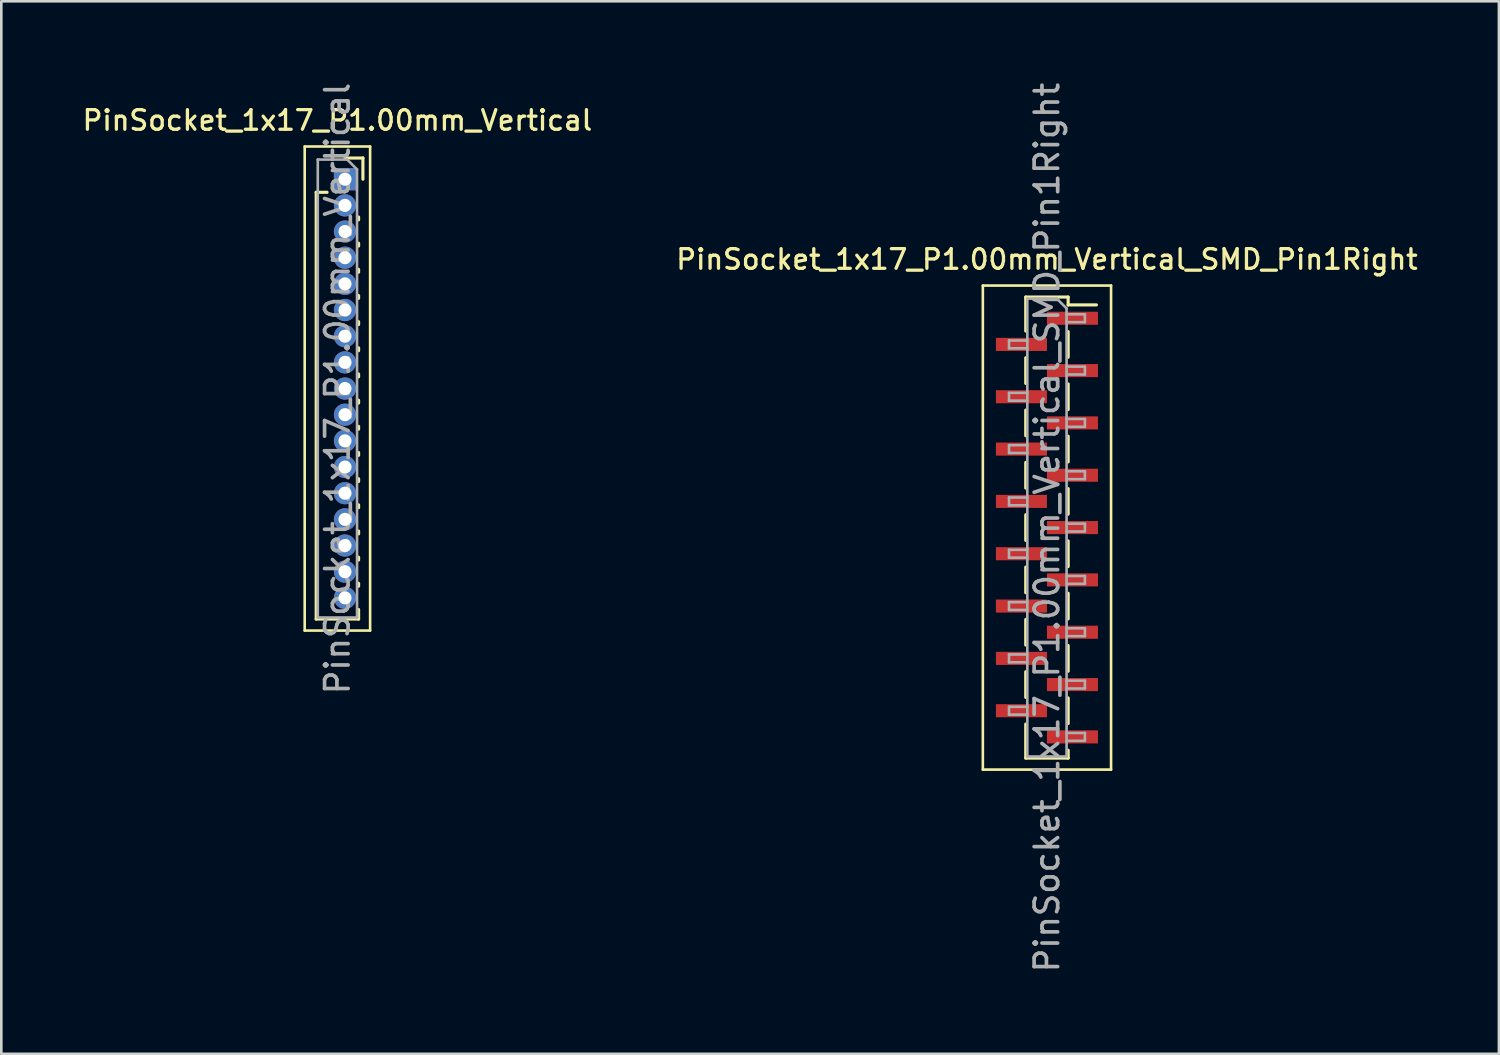
<source format=kicad_pcb>
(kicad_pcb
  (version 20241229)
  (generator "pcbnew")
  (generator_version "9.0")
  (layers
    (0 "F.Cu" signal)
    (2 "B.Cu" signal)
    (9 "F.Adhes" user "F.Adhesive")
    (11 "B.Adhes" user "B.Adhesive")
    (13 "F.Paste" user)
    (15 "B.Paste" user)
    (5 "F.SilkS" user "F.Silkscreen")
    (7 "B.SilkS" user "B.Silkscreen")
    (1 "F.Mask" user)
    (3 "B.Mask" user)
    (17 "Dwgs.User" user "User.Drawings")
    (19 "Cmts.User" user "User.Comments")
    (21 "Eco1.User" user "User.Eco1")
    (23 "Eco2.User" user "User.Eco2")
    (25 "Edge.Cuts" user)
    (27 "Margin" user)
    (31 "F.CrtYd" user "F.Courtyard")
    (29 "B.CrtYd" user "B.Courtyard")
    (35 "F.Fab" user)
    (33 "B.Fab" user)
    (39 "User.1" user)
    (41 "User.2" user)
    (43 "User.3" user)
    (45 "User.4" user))
  (footprint "PinSocket_1x17_P1.00mm_Vertical"
    (layer "F.Cu")
    (at 10.135 3.799)
    (property "Reference" "PinSocket_1x17_P1.00mm_Vertical" (at -0.29 -2.25 0) (layer "F.SilkS") (effects (font (size 0.75 0.75) (thickness 0.125))))
    (attr through_hole)
    (fp_line (start -1.54 -1.25) (end 0.96 -1.25) (stroke (width 0.1) (type solid)) (layer "F.SilkS"))
    (fp_line (start -1.54 17.25) (end -1.54 -1.25) (stroke (width 0.1) (type solid)) (layer "F.SilkS"))
    (fp_line (start -1.1 0.5) (end -1.1 16.81) (stroke (width 0.12) (type solid)) (layer "F.SilkS"))
    (fp_line (start -1.1 0.5) (end -0.685 0.5) (stroke (width 0.12) (type solid)) (layer "F.SilkS"))
    (fp_line (start -1.1 16.81) (end 0.52 16.81) (stroke (width 0.12) (type solid)) (layer "F.SilkS"))
    (fp_line (start 0 -0.81) (end 0.685 -0.81) (stroke (width 0.12) (type solid)) (layer "F.SilkS"))
    (fp_line (start 0.52 1.446) (end 0.52 1.554) (stroke (width 0.12) (type solid)) (layer "F.SilkS"))
    (fp_line (start 0.52 2.446) (end 0.52 2.554) (stroke (width 0.12) (type solid)) (layer "F.SilkS"))
    (fp_line (start 0.52 3.446) (end 0.52 3.554) (stroke (width 0.12) (type solid)) (layer "F.SilkS"))
    (fp_line (start 0.52 4.446) (end 0.52 4.554) (stroke (width 0.12) (type solid)) (layer "F.SilkS"))
    (fp_line (start 0.52 5.446) (end 0.52 5.554) (stroke (width 0.12) (type solid)) (layer "F.SilkS"))
    (fp_line (start 0.52 6.446) (end 0.52 6.554) (stroke (width 0.12) (type solid)) (layer "F.SilkS"))
    (fp_line (start 0.52 7.446) (end 0.52 7.554) (stroke (width 0.12) (type solid)) (layer "F.SilkS"))
    (fp_line (start 0.52 8.446) (end 0.52 8.554) (stroke (width 0.12) (type solid)) (layer "F.SilkS"))
    (fp_line (start 0.52 9.446) (end 0.52 9.554) (stroke (width 0.12) (type solid)) (layer "F.SilkS"))
    (fp_line (start 0.52 10.446) (end 0.52 10.554) (stroke (width 0.12) (type solid)) (layer "F.SilkS"))
    (fp_line (start 0.52 11.446) (end 0.52 11.554) (stroke (width 0.12) (type solid)) (layer "F.SilkS"))
    (fp_line (start 0.52 12.446) (end 0.52 12.554) (stroke (width 0.12) (type solid)) (layer "F.SilkS"))
    (fp_line (start 0.52 13.446) (end 0.52 13.554) (stroke (width 0.12) (type solid)) (layer "F.SilkS"))
    (fp_line (start 0.52 14.446) (end 0.52 14.554) (stroke (width 0.12) (type solid)) (layer "F.SilkS"))
    (fp_line (start 0.52 15.446) (end 0.52 15.554) (stroke (width 0.12) (type solid)) (layer "F.SilkS"))
    (fp_line (start 0.52 16.446) (end 0.52 16.81) (stroke (width 0.12) (type solid)) (layer "F.SilkS"))
    (fp_line (start 0.685 -0.81) (end 0.685 0) (stroke (width 0.12) (type solid)) (layer "F.SilkS"))
    (fp_line (start 0.96 -1.25) (end 0.96 17.25) (stroke (width 0.1) (type solid)) (layer "F.SilkS"))
    (fp_line (start 0.96 17.25) (end -1.54 17.25) (stroke (width 0.1) (type solid)) (layer "F.SilkS"))
    (fp_line (start -1.04 -0.75) (end 0.085 -0.75) (stroke (width 0.1) (type solid)) (layer "F.Fab"))
    (fp_line (start -1.04 16.75) (end -1.04 -0.75) (stroke (width 0.1) (type solid)) (layer "F.Fab"))
    (fp_line (start 0.085 -0.75) (end 0.46 -0.375) (stroke (width 0.1) (type solid)) (layer "F.Fab"))
    (fp_line (start 0.46 -0.375) (end 0.46 16.75) (stroke (width 0.1) (type solid)) (layer "F.Fab"))
    (fp_line (start 0.46 16.75) (end -1.04 16.75) (stroke (width 0.1) (type solid)) (layer "F.Fab"))
    (fp_text user "${REFERENCE}" (at -0.29 8 90) (layer "F.Fab") (effects (font (size 0.9 0.9) (thickness 0.14))))
    (pad "1" thru_hole rect (at 0 0) (size 0.85 0.85) (drill 0.5) (layers "*.Cu" "*.Mask"))
    (pad "2" thru_hole oval (at 0 1) (size 0.85 0.85) (drill 0.5) (layers "*.Cu" "*.Mask"))
    (pad "3" thru_hole oval (at 0 2) (size 0.85 0.85) (drill 0.5) (layers "*.Cu" "*.Mask"))
    (pad "4" thru_hole oval (at 0 3) (size 0.85 0.85) (drill 0.5) (layers "*.Cu" "*.Mask"))
    (pad "5" thru_hole oval (at 0 4) (size 0.85 0.85) (drill 0.5) (layers "*.Cu" "*.Mask"))
    (pad "6" thru_hole oval (at 0 5) (size 0.85 0.85) (drill 0.5) (layers "*.Cu" "*.Mask"))
    (pad "7" thru_hole oval (at 0 6) (size 0.85 0.85) (drill 0.5) (layers "*.Cu" "*.Mask"))
    (pad "8" thru_hole oval (at 0 7) (size 0.85 0.85) (drill 0.5) (layers "*.Cu" "*.Mask"))
    (pad "9" thru_hole oval (at 0 8) (size 0.85 0.85) (drill 0.5) (layers "*.Cu" "*.Mask"))
    (pad "10" thru_hole oval (at 0 9) (size 0.85 0.85) (drill 0.5) (layers "*.Cu" "*.Mask"))
    (pad "11" thru_hole oval (at 0 10) (size 0.85 0.85) (drill 0.5) (layers "*.Cu" "*.Mask"))
    (pad "12" thru_hole oval (at 0 11) (size 0.85 0.85) (drill 0.5) (layers "*.Cu" "*.Mask"))
    (pad "13" thru_hole oval (at 0 12) (size 0.85 0.85) (drill 0.5) (layers "*.Cu" "*.Mask"))
    (pad "14" thru_hole oval (at 0 13) (size 0.85 0.85) (drill 0.5) (layers "*.Cu" "*.Mask"))
    (pad "15" thru_hole oval (at 0 14) (size 0.85 0.85) (drill 0.5) (layers "*.Cu" "*.Mask"))
    (pad "16" thru_hole oval (at 0 15) (size 0.85 0.85) (drill 0.5) (layers "*.Cu" "*.Mask"))
    (pad "17" thru_hole oval (at 0 16) (size 0.85 0.85) (drill 0.5) (layers "*.Cu" "*.Mask")))
  (footprint "PinSocket_1x17_P1.00mm_Vertical_SMD_Pin1Right"
    (layer "F.Cu")
    (at 36.963 17.113)
    (property "Reference" "PinSocket_1x17_P1.00mm_Vertical_SMD_Pin1Right" (at 0 -10.25 0) (layer "F.SilkS") (effects (font (size 0.75 0.75) (thickness 0.125))))
    (attr smd)
    (fp_line (start -2.45 -9.25) (end 2.45 -9.25) (stroke (width 0.1) (type solid)) (layer "F.SilkS"))
    (fp_line (start -2.45 9.25) (end -2.45 -9.25) (stroke (width 0.1) (type solid)) (layer "F.SilkS"))
    (fp_line (start -0.81 -8.81) (end -0.81 -7.51) (stroke (width 0.12) (type solid)) (layer "F.SilkS"))
    (fp_line (start -0.81 -8.81) (end 0.81 -8.81) (stroke (width 0.12) (type solid)) (layer "F.SilkS"))
    (fp_line (start -0.81 -6.49) (end -0.81 -5.51) (stroke (width 0.12) (type solid)) (layer "F.SilkS"))
    (fp_line (start -0.81 -4.49) (end -0.81 -3.51) (stroke (width 0.12) (type solid)) (layer "F.SilkS"))
    (fp_line (start -0.81 -2.49) (end -0.81 -1.51) (stroke (width 0.12) (type solid)) (layer "F.SilkS"))
    (fp_line (start -0.81 -0.49) (end -0.81 0.49) (stroke (width 0.12) (type solid)) (layer "F.SilkS"))
    (fp_line (start -0.81 1.51) (end -0.81 2.49) (stroke (width 0.12) (type solid)) (layer "F.SilkS"))
    (fp_line (start -0.81 3.51) (end -0.81 4.49) (stroke (width 0.12) (type solid)) (layer "F.SilkS"))
    (fp_line (start -0.81 5.51) (end -0.81 6.49) (stroke (width 0.12) (type solid)) (layer "F.SilkS"))
    (fp_line (start -0.81 7.51) (end -0.81 8.81) (stroke (width 0.12) (type solid)) (layer "F.SilkS"))
    (fp_line (start -0.81 8.81) (end 0.81 8.81) (stroke (width 0.12) (type solid)) (layer "F.SilkS"))
    (fp_line (start 0.81 -8.81) (end 0.81 -8.51) (stroke (width 0.12) (type solid)) (layer "F.SilkS"))
    (fp_line (start 0.81 -8.51) (end 1.89 -8.51) (stroke (width 0.12) (type solid)) (layer "F.SilkS"))
    (fp_line (start 0.81 -7.49) (end 0.81 -6.51) (stroke (width 0.12) (type solid)) (layer "F.SilkS"))
    (fp_line (start 0.81 -5.49) (end 0.81 -4.51) (stroke (width 0.12) (type solid)) (layer "F.SilkS"))
    (fp_line (start 0.81 -3.49) (end 0.81 -2.51) (stroke (width 0.12) (type solid)) (layer "F.SilkS"))
    (fp_line (start 0.81 -1.49) (end 0.81 -0.51) (stroke (width 0.12) (type solid)) (layer "F.SilkS"))
    (fp_line (start 0.81 0.51) (end 0.81 1.49) (stroke (width 0.12) (type solid)) (layer "F.SilkS"))
    (fp_line (start 0.81 2.51) (end 0.81 3.49) (stroke (width 0.12) (type solid)) (layer "F.SilkS"))
    (fp_line (start 0.81 4.51) (end 0.81 5.49) (stroke (width 0.12) (type solid)) (layer "F.SilkS"))
    (fp_line (start 0.81 6.51) (end 0.81 7.49) (stroke (width 0.12) (type solid)) (layer "F.SilkS"))
    (fp_line (start 0.81 8.51) (end 0.81 8.81) (stroke (width 0.12) (type solid)) (layer "F.SilkS"))
    (fp_line (start 2.45 -9.25) (end 2.45 9.25) (stroke (width 0.1) (type solid)) (layer "F.SilkS"))
    (fp_line (start 2.45 9.25) (end -2.45 9.25) (stroke (width 0.1) (type solid)) (layer "F.SilkS"))
    (fp_line (start -1.45 -7.15) (end -0.75 -7.15) (stroke (width 0.1) (type solid)) (layer "F.Fab"))
    (fp_line (start -1.45 -6.85) (end -1.45 -7.15) (stroke (width 0.1) (type solid)) (layer "F.Fab"))
    (fp_line (start -1.45 -5.15) (end -0.75 -5.15) (stroke (width 0.1) (type solid)) (layer "F.Fab"))
    (fp_line (start -1.45 -4.85) (end -1.45 -5.15) (stroke (width 0.1) (type solid)) (layer "F.Fab"))
    (fp_line (start -1.45 -3.15) (end -0.75 -3.15) (stroke (width 0.1) (type solid)) (layer "F.Fab"))
    (fp_line (start -1.45 -2.85) (end -1.45 -3.15) (stroke (width 0.1) (type solid)) (layer "F.Fab"))
    (fp_line (start -1.45 -1.15) (end -0.75 -1.15) (stroke (width 0.1) (type solid)) (layer "F.Fab"))
    (fp_line (start -1.45 -0.85) (end -1.45 -1.15) (stroke (width 0.1) (type solid)) (layer "F.Fab"))
    (fp_line (start -1.45 0.85) (end -0.75 0.85) (stroke (width 0.1) (type solid)) (layer "F.Fab"))
    (fp_line (start -1.45 1.15) (end -1.45 0.85) (stroke (width 0.1) (type solid)) (layer "F.Fab"))
    (fp_line (start -1.45 2.85) (end -0.75 2.85) (stroke (width 0.1) (type solid)) (layer "F.Fab"))
    (fp_line (start -1.45 3.15) (end -1.45 2.85) (stroke (width 0.1) (type solid)) (layer "F.Fab"))
    (fp_line (start -1.45 4.85) (end -0.75 4.85) (stroke (width 0.1) (type solid)) (layer "F.Fab"))
    (fp_line (start -1.45 5.15) (end -1.45 4.85) (stroke (width 0.1) (type solid)) (layer "F.Fab"))
    (fp_line (start -1.45 6.85) (end -0.75 6.85) (stroke (width 0.1) (type solid)) (layer "F.Fab"))
    (fp_line (start -1.45 7.15) (end -1.45 6.85) (stroke (width 0.1) (type solid)) (layer "F.Fab"))
    (fp_line (start -0.75 -8.75) (end 0.375 -8.75) (stroke (width 0.1) (type solid)) (layer "F.Fab"))
    (fp_line (start -0.75 -6.85) (end -1.45 -6.85) (stroke (width 0.1) (type solid)) (layer "F.Fab"))
    (fp_line (start -0.75 -4.85) (end -1.45 -4.85) (stroke (width 0.1) (type solid)) (layer "F.Fab"))
    (fp_line (start -0.75 -2.85) (end -1.45 -2.85) (stroke (width 0.1) (type solid)) (layer "F.Fab"))
    (fp_line (start -0.75 -0.85) (end -1.45 -0.85) (stroke (width 0.1) (type solid)) (layer "F.Fab"))
    (fp_line (start -0.75 1.15) (end -1.45 1.15) (stroke (width 0.1) (type solid)) (layer "F.Fab"))
    (fp_line (start -0.75 3.15) (end -1.45 3.15) (stroke (width 0.1) (type solid)) (layer "F.Fab"))
    (fp_line (start -0.75 5.15) (end -1.45 5.15) (stroke (width 0.1) (type solid)) (layer "F.Fab"))
    (fp_line (start -0.75 7.15) (end -1.45 7.15) (stroke (width 0.1) (type solid)) (layer "F.Fab"))
    (fp_line (start -0.75 8.75) (end -0.75 -8.75) (stroke (width 0.1) (type solid)) (layer "F.Fab"))
    (fp_line (start 0.375 -8.75) (end 0.75 -8.375) (stroke (width 0.1) (type solid)) (layer "F.Fab"))
    (fp_line (start 0.75 -8.375) (end 0.75 8.75) (stroke (width 0.1) (type solid)) (layer "F.Fab"))
    (fp_line (start 0.75 -8.15) (end 1.45 -8.15) (stroke (width 0.1) (type solid)) (layer "F.Fab"))
    (fp_line (start 0.75 -6.15) (end 1.45 -6.15) (stroke (width 0.1) (type solid)) (layer "F.Fab"))
    (fp_line (start 0.75 -4.15) (end 1.45 -4.15) (stroke (width 0.1) (type solid)) (layer "F.Fab"))
    (fp_line (start 0.75 -2.15) (end 1.45 -2.15) (stroke (width 0.1) (type solid)) (layer "F.Fab"))
    (fp_line (start 0.75 -0.15) (end 1.45 -0.15) (stroke (width 0.1) (type solid)) (layer "F.Fab"))
    (fp_line (start 0.75 1.85) (end 1.45 1.85) (stroke (width 0.1) (type solid)) (layer "F.Fab"))
    (fp_line (start 0.75 3.85) (end 1.45 3.85) (stroke (width 0.1) (type solid)) (layer "F.Fab"))
    (fp_line (start 0.75 5.85) (end 1.45 5.85) (stroke (width 0.1) (type solid)) (layer "F.Fab"))
    (fp_line (start 0.75 7.85) (end 1.45 7.85) (stroke (width 0.1) (type solid)) (layer "F.Fab"))
    (fp_line (start 0.75 8.75) (end -0.75 8.75) (stroke (width 0.1) (type solid)) (layer "F.Fab"))
    (fp_line (start 1.45 -8.15) (end 1.45 -7.85) (stroke (width 0.1) (type solid)) (layer "F.Fab"))
    (fp_line (start 1.45 -7.85) (end 0.75 -7.85) (stroke (width 0.1) (type solid)) (layer "F.Fab"))
    (fp_line (start 1.45 -6.15) (end 1.45 -5.85) (stroke (width 0.1) (type solid)) (layer "F.Fab"))
    (fp_line (start 1.45 -5.85) (end 0.75 -5.85) (stroke (width 0.1) (type solid)) (layer "F.Fab"))
    (fp_line (start 1.45 -4.15) (end 1.45 -3.85) (stroke (width 0.1) (type solid)) (layer "F.Fab"))
    (fp_line (start 1.45 -3.85) (end 0.75 -3.85) (stroke (width 0.1) (type solid)) (layer "F.Fab"))
    (fp_line (start 1.45 -2.15) (end 1.45 -1.85) (stroke (width 0.1) (type solid)) (layer "F.Fab"))
    (fp_line (start 1.45 -1.85) (end 0.75 -1.85) (stroke (width 0.1) (type solid)) (layer "F.Fab"))
    (fp_line (start 1.45 -0.15) (end 1.45 0.15) (stroke (width 0.1) (type solid)) (layer "F.Fab"))
    (fp_line (start 1.45 0.15) (end 0.75 0.15) (stroke (width 0.1) (type solid)) (layer "F.Fab"))
    (fp_line (start 1.45 1.85) (end 1.45 2.15) (stroke (width 0.1) (type solid)) (layer "F.Fab"))
    (fp_line (start 1.45 2.15) (end 0.75 2.15) (stroke (width 0.1) (type solid)) (layer "F.Fab"))
    (fp_line (start 1.45 3.85) (end 1.45 4.15) (stroke (width 0.1) (type solid)) (layer "F.Fab"))
    (fp_line (start 1.45 4.15) (end 0.75 4.15) (stroke (width 0.1) (type solid)) (layer "F.Fab"))
    (fp_line (start 1.45 5.85) (end 1.45 6.15) (stroke (width 0.1) (type solid)) (layer "F.Fab"))
    (fp_line (start 1.45 6.15) (end 0.75 6.15) (stroke (width 0.1) (type solid)) (layer "F.Fab"))
    (fp_line (start 1.45 7.85) (end 1.45 8.15) (stroke (width 0.1) (type solid)) (layer "F.Fab"))
    (fp_line (start 1.45 8.15) (end 0.75 8.15) (stroke (width 0.1) (type solid)) (layer "F.Fab"))
    (fp_text user "${REFERENCE}" (at 0 0 90) (layer "F.Fab") (effects (font (size 0.9 0.9) (thickness 0.14))))
    (pad "1" smd rect (at 0.975 -8) (size 1.95 0.5) (layers "F.Cu" "F.Mask" "F.Paste"))
    (pad "2" smd rect (at -0.975 -7) (size 1.95 0.5) (layers "F.Cu" "F.Mask" "F.Paste"))
    (pad "3" smd rect (at 0.975 -6) (size 1.95 0.5) (layers "F.Cu" "F.Mask" "F.Paste"))
    (pad "4" smd rect (at -0.975 -5) (size 1.95 0.5) (layers "F.Cu" "F.Mask" "F.Paste"))
    (pad "5" smd rect (at 0.975 -4) (size 1.95 0.5) (layers "F.Cu" "F.Mask" "F.Paste"))
    (pad "6" smd rect (at -0.975 -3) (size 1.95 0.5) (layers "F.Cu" "F.Mask" "F.Paste"))
    (pad "7" smd rect (at 0.975 -2) (size 1.95 0.5) (layers "F.Cu" "F.Mask" "F.Paste"))
    (pad "8" smd rect (at -0.975 -1) (size 1.95 0.5) (layers "F.Cu" "F.Mask" "F.Paste"))
    (pad "9" smd rect (at 0.975 0) (size 1.95 0.5) (layers "F.Cu" "F.Mask" "F.Paste"))
    (pad "10" smd rect (at -0.975 1) (size 1.95 0.5) (layers "F.Cu" "F.Mask" "F.Paste"))
    (pad "11" smd rect (at 0.975 2) (size 1.95 0.5) (layers "F.Cu" "F.Mask" "F.Paste"))
    (pad "12" smd rect (at -0.975 3) (size 1.95 0.5) (layers "F.Cu" "F.Mask" "F.Paste"))
    (pad "13" smd rect (at 0.975 4) (size 1.95 0.5) (layers "F.Cu" "F.Mask" "F.Paste"))
    (pad "14" smd rect (at -0.975 5) (size 1.95 0.5) (layers "F.Cu" "F.Mask" "F.Paste"))
    (pad "15" smd rect (at 0.975 6) (size 1.95 0.5) (layers "F.Cu" "F.Mask" "F.Paste"))
    (pad "16" smd rect (at -0.975 7) (size 1.95 0.5) (layers "F.Cu" "F.Mask" "F.Paste"))
    (pad "17" smd rect (at 0.975 8) (size 1.95 0.5) (layers "F.Cu" "F.Mask" "F.Paste")))
  (gr_rect
    (start -3 -3)
    (end 54.236 37.226)
    (stroke (width 0.1) (type default))
    (fill no)
    (layer "Edge.Cuts")))
</source>
